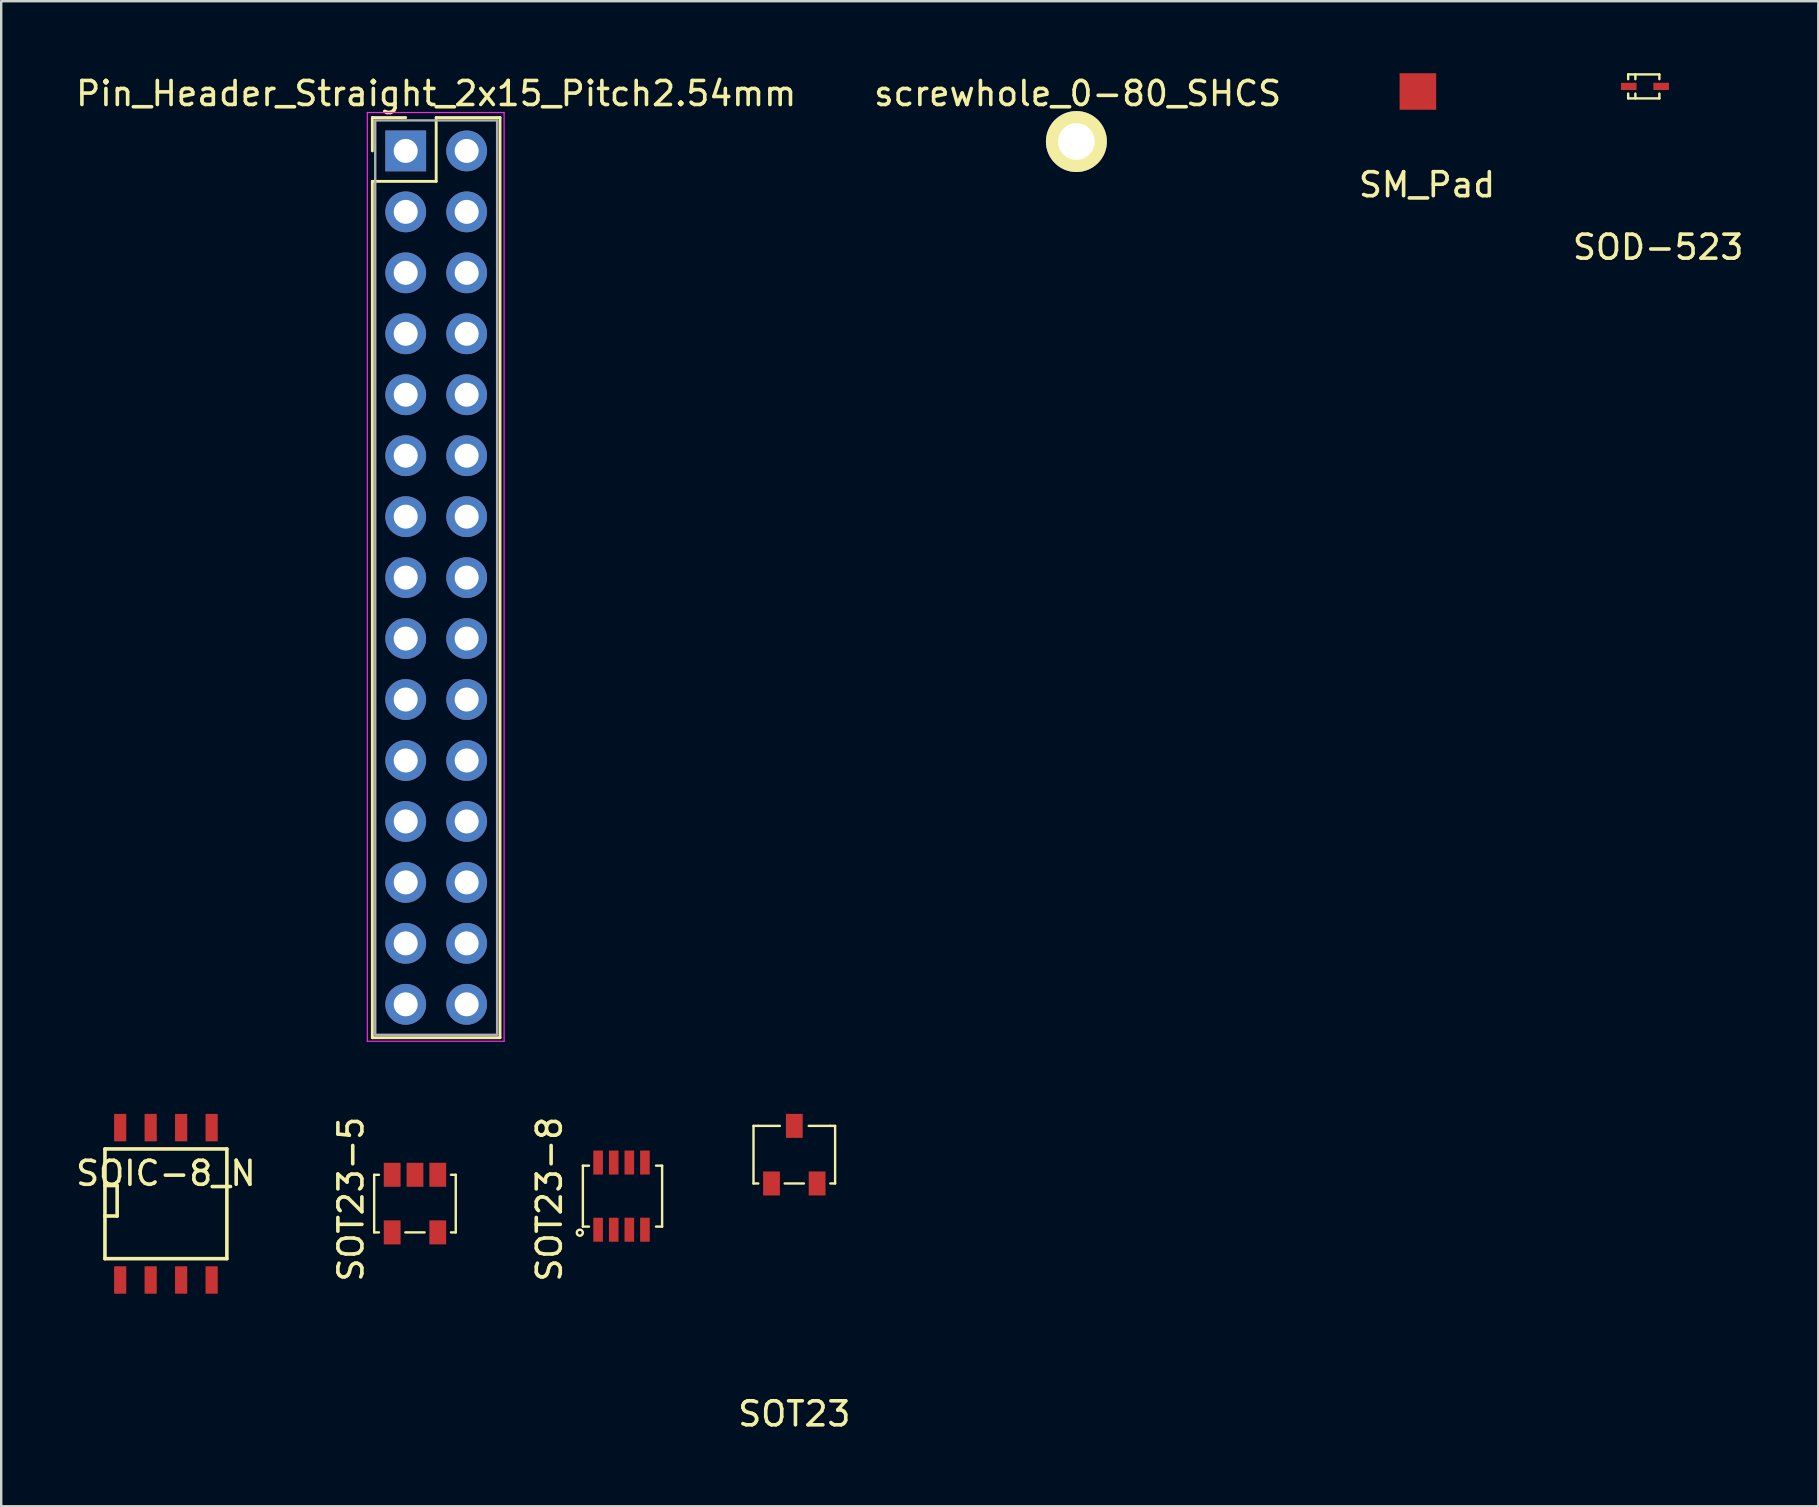
<source format=kicad_pcb>
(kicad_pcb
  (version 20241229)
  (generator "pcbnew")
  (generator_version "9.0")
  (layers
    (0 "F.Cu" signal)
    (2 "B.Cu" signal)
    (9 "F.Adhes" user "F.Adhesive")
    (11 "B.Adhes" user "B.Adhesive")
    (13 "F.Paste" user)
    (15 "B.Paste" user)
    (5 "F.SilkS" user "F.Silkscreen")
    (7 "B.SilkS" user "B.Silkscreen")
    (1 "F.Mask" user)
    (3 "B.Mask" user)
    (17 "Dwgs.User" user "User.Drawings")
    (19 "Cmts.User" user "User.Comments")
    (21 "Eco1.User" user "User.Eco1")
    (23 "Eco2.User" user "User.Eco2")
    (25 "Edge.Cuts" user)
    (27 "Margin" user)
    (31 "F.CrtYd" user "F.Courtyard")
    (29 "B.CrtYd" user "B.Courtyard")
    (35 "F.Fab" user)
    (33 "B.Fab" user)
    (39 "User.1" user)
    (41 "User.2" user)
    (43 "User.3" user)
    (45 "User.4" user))
  (footprint "SOD-523"
    (layer "F.Cu")
    (at 65.492 0.55)
    (property "Reference" "SOD-523" (at 0.55 6.7 0) (layer "F.SilkS") (effects (font (size 1 1) (thickness 0.15))))
    (attr through_hole)
    (fp_line (start -0.7 -0.5) (end 0.6 -0.5) (stroke (width 0.1) (type solid)) (layer "F.SilkS"))
    (fp_line (start -0.7 -0.3) (end -0.7 -0.5) (stroke (width 0.1) (type solid)) (layer "F.SilkS"))
    (fp_line (start -0.7 0.3) (end -0.7 0.5) (stroke (width 0.1) (type solid)) (layer "F.SilkS"))
    (fp_line (start -0.7 0.5) (end 0.6 0.5) (stroke (width 0.1) (type solid)) (layer "F.SilkS"))
    (fp_line (start -0.4 -0.5) (end -0.4 -0.3) (stroke (width 0.1) (type solid)) (layer "F.SilkS"))
    (fp_line (start -0.4 0.5) (end -0.4 0.3) (stroke (width 0.1) (type solid)) (layer "F.SilkS"))
    (fp_line (start 0.6 -0.5) (end 0.6 -0.3) (stroke (width 0.1) (type solid)) (layer "F.SilkS"))
    (fp_line (start 0.6 0.5) (end 0.6 0.3) (stroke (width 0.1) (type solid)) (layer "F.SilkS"))
    (pad "1" smd rect (at -0.675 0) (size 0.65 0.3) (layers "F.Cu" "F.Mask" "F.Paste"))
    (pad "2" smd rect (at 0.675 0) (size 0.65 0.3) (layers "F.Cu" "F.Mask" "F.Paste")))
  (footprint "SOT23-8"
    (layer "F.Cu")
    (at 21.872 46.79)
    (property "Reference" "SOT23-8" (at -2.032 0.127 90) (layer "F.SilkS") (effects (font (size 1 1) (thickness 0.15))))
    (attr through_hole)
    (fp_line (start -0.635 -1.27) (end -0.381 -1.27) (stroke (width 0.1) (type solid)) (layer "F.SilkS"))
    (fp_line (start -0.635 1.27) (end -0.635 -1.27) (stroke (width 0.1) (type solid)) (layer "F.SilkS"))
    (fp_line (start -0.381 1.27) (end -0.635 1.27) (stroke (width 0.1) (type solid)) (layer "F.SilkS"))
    (fp_line (start 2.413 -1.27) (end 2.667 -1.27) (stroke (width 0.1) (type solid)) (layer "F.SilkS"))
    (fp_line (start 2.667 -1.27) (end 2.667 1.27) (stroke (width 0.1) (type solid)) (layer "F.SilkS"))
    (fp_line (start 2.667 1.27) (end 2.413 1.27) (stroke (width 0.1) (type solid)) (layer "F.SilkS"))
    (fp_circle (center -0.762 1.524) (end -0.635 1.524) (stroke (width 0.1) (type solid)) (fill no) (layer "F.SilkS"))
    (pad "1" smd rect (at 0 1.4) (size 0.4 1) (layers "F.Cu" "F.Mask" "F.Paste"))
    (pad "2" smd rect (at 0.65 1.4) (size 0.4 1) (layers "F.Cu" "F.Mask" "F.Paste"))
    (pad "3" smd rect (at 1.3 1.4) (size 0.4 1) (layers "F.Cu" "F.Mask" "F.Paste"))
    (pad "4" smd rect (at 1.95 1.4) (size 0.4 1) (layers "F.Cu" "F.Mask" "F.Paste"))
    (pad "5" smd rect (at 1.95 -1.4) (size 0.4 1) (layers "F.Cu" "F.Mask" "F.Paste"))
    (pad "6" smd rect (at 1.3 -1.4) (size 0.4 1) (layers "F.Cu" "F.Mask" "F.Paste"))
    (pad "7" smd rect (at 0.65 -1.4) (size 0.4 1) (layers "F.Cu" "F.Mask" "F.Paste"))
    (pad "8" smd rect (at 0 -1.4) (size 0.4 1) (layers "F.Cu" "F.Mask" "F.Paste")))
  (footprint "SOT23-5"
    (layer "F.Cu")
    (at 14.241 45.901)
    (property "Reference" "SOT23-5" (at -2.667 1.016 90) (layer "F.SilkS") (effects (font (size 1 1) (thickness 0.15))))
    (attr through_hole)
    (fp_line (start -1.7 0) (end -1.7 2.4) (stroke (width 0.1) (type solid)) (layer "F.SilkS"))
    (fp_line (start -1.7 2.4) (end -1.5 2.4) (stroke (width 0.1) (type solid)) (layer "F.SilkS"))
    (fp_line (start -1.5 0) (end -1.7 0) (stroke (width 0.1) (type solid)) (layer "F.SilkS"))
    (fp_line (start 0.4 2.4) (end -0.4 2.4) (stroke (width 0.1) (type solid)) (layer "F.SilkS"))
    (fp_line (start 1.5 0) (end 1.7 0) (stroke (width 0.1) (type solid)) (layer "F.SilkS"))
    (fp_line (start 1.7 0) (end 1.7 2.4) (stroke (width 0.1) (type solid)) (layer "F.SilkS"))
    (fp_line (start 1.7 2.4) (end 1.5 2.4) (stroke (width 0.1) (type solid)) (layer "F.SilkS"))
    (pad "1" smd rect (at 0.95 0) (size 0.7 1) (layers "F.Cu" "F.Mask" "F.Paste"))
    (pad "2" smd rect (at 0 0) (size 0.7 1) (layers "F.Cu" "F.Mask" "F.Paste"))
    (pad "3" smd rect (at -0.95 0) (size 0.7 1) (layers "F.Cu" "F.Mask" "F.Paste"))
    (pad "4" smd rect (at -0.95 2.4) (size 0.7 1) (layers "F.Cu" "F.Mask" "F.Paste"))
    (pad "5" smd rect (at 0.95 2.4) (size 0.7 1) (layers "F.Cu" "F.Mask" "F.Paste")))
  (footprint "SOT23"
    (layer "F.Cu")
    (at 30.047 43.863)
    (property "Reference" "SOT23" (at 0 12 0) (layer "F.SilkS") (effects (font (size 1 1) (thickness 0.15))))
    (attr through_hole)
    (fp_line (start -1.7 0) (end -1.7 2.4) (stroke (width 0.1) (type solid)) (layer "F.SilkS"))
    (fp_line (start -1.7 2.4) (end -1.5 2.4) (stroke (width 0.1) (type solid)) (layer "F.SilkS"))
    (fp_line (start -1.5 0) (end -1.7 0) (stroke (width 0.1) (type solid)) (layer "F.SilkS"))
    (fp_line (start -1.5 0) (end -0.6 0) (stroke (width 0.1) (type solid)) (layer "F.SilkS"))
    (fp_line (start 0.4 2.4) (end -0.4 2.4) (stroke (width 0.1) (type solid)) (layer "F.SilkS"))
    (fp_line (start 0.6 0) (end 1.5 0) (stroke (width 0.1) (type solid)) (layer "F.SilkS"))
    (fp_line (start 1.5 0) (end 1.7 0) (stroke (width 0.1) (type solid)) (layer "F.SilkS"))
    (fp_line (start 1.7 0) (end 1.7 2.4) (stroke (width 0.1) (type solid)) (layer "F.SilkS"))
    (fp_line (start 1.7 2.4) (end 1.5 2.4) (stroke (width 0.1) (type solid)) (layer "F.SilkS"))
    (pad "1" smd rect (at -0.95 2.4) (size 0.7 1) (layers "F.Cu" "F.Mask" "F.Paste"))
    (pad "2" smd rect (at 0.95 2.4) (size 0.7 1) (layers "F.Cu" "F.Mask" "F.Paste"))
    (pad "3" smd rect (at 0 0) (size 0.7 1) (layers "F.Cu" "F.Mask" "F.Paste")))
  (footprint "SM_Pad"
    (layer "F.Cu")
    (at 56.03 0.762)
    (property "Reference" "SM_Pad" (at 0.381 3.886 0) (layer "F.SilkS") (effects (font (size 1 1) (thickness 0.15))))
    (attr through_hole)
    (pad "1" smd rect (at 0 0) (size 1.524 1.524) (layers "F.Cu" "F.Mask" "F.Paste")))
  (footprint "SOIC-8_N"
    (layer "F.Cu")
    (at 3.863 47.11)
    (property "Reference" "SOIC-8_N" (at 0 -1.27 0) (layer "F.SilkS") (effects (font (size 1 1) (thickness 0.15))))
    (attr smd)
    (fp_line (start -2.54 -2.286) (end 2.54 -2.286) (stroke (width 0.15) (type solid)) (layer "F.SilkS"))
    (fp_line (start -2.54 -0.762) (end -2.032 -0.762) (stroke (width 0.15) (type solid)) (layer "F.SilkS"))
    (fp_line (start -2.54 2.286) (end -2.54 -2.286) (stroke (width 0.15) (type solid)) (layer "F.SilkS"))
    (fp_line (start -2.032 -0.762) (end -2.032 0.508) (stroke (width 0.15) (type solid)) (layer "F.SilkS"))
    (fp_line (start -2.032 0.508) (end -2.54 0.508) (stroke (width 0.15) (type solid)) (layer "F.SilkS"))
    (fp_line (start 2.54 -2.286) (end 2.54 2.286) (stroke (width 0.15) (type solid)) (layer "F.SilkS"))
    (fp_line (start 2.54 2.286) (end -2.54 2.286) (stroke (width 0.15) (type solid)) (layer "F.SilkS"))
    (pad "1" smd rect (at -1.905 3.175) (size 0.508 1.143) (layers "F.Cu" "F.Mask" "F.Paste"))
    (pad "2" smd rect (at -0.635 3.175) (size 0.508 1.143) (layers "F.Cu" "F.Mask" "F.Paste"))
    (pad "3" smd rect (at 0.635 3.175) (size 0.508 1.143) (layers "F.Cu" "F.Mask" "F.Paste"))
    (pad "4" smd rect (at 1.905 3.175) (size 0.508 1.143) (layers "F.Cu" "F.Mask" "F.Paste"))
    (pad "5" smd rect (at 1.905 -3.175) (size 0.508 1.143) (layers "F.Cu" "F.Mask" "F.Paste"))
    (pad "6" smd rect (at 0.635 -3.175) (size 0.508 1.143) (layers "F.Cu" "F.Mask" "F.Paste"))
    (pad "7" smd rect (at -0.635 -3.175) (size 0.508 1.143) (layers "F.Cu" "F.Mask" "F.Paste"))
    (pad "8" smd rect (at -1.905 -3.175) (size 0.508 1.143) (layers "F.Cu" "F.Mask" "F.Paste")))
  (footprint "Pin_Header_Straight_2x15_Pitch2.54mm"
    (layer "F.Cu")
    (at 15.125 21.018)
    (property "Reference" "Pin_Header_Straight_2x15_Pitch2.54mm" (at 0 -20.17 0) (layer "F.SilkS") (effects (font (size 1 1) (thickness 0.15))))
    (attr through_hole)
    (fp_line (start -2.66 -19.17) (end -1.27 -19.17) (stroke (width 0.12) (type solid)) (layer "F.SilkS"))
    (fp_line (start -2.66 -17.78) (end -2.66 -19.17) (stroke (width 0.12) (type solid)) (layer "F.SilkS"))
    (fp_line (start -2.66 -16.51) (end -2.66 19.17) (stroke (width 0.12) (type solid)) (layer "F.SilkS"))
    (fp_line (start -2.66 19.17) (end 2.66 19.17) (stroke (width 0.12) (type solid)) (layer "F.SilkS"))
    (fp_line (start 0 -19.17) (end 0 -16.51) (stroke (width 0.12) (type solid)) (layer "F.SilkS"))
    (fp_line (start 0 -16.51) (end -2.66 -16.51) (stroke (width 0.12) (type solid)) (layer "F.SilkS"))
    (fp_line (start 2.66 -19.17) (end 0 -19.17) (stroke (width 0.12) (type solid)) (layer "F.SilkS"))
    (fp_line (start 2.66 19.17) (end 2.66 -19.17) (stroke (width 0.12) (type solid)) (layer "F.SilkS"))
    (fp_line (start -2.87 -19.38) (end -2.87 19.32) (stroke (width 0.05) (type solid)) (layer "F.CrtYd"))
    (fp_line (start -2.87 19.32) (end 2.83 19.32) (stroke (width 0.05) (type solid)) (layer "F.CrtYd"))
    (fp_line (start 2.83 -19.38) (end -2.87 -19.38) (stroke (width 0.05) (type solid)) (layer "F.CrtYd"))
    (fp_line (start 2.83 19.32) (end 2.83 -19.38) (stroke (width 0.05) (type solid)) (layer "F.CrtYd"))
    (fp_line (start -2.54 -19.05) (end -2.54 19.05) (stroke (width 0.1) (type solid)) (layer "F.Fab"))
    (fp_line (start -2.54 19.05) (end 2.54 19.05) (stroke (width 0.1) (type solid)) (layer "F.Fab"))
    (fp_line (start 2.54 -19.05) (end -2.54 -19.05) (stroke (width 0.1) (type solid)) (layer "F.Fab"))
    (fp_line (start 2.54 19.05) (end 2.54 -19.05) (stroke (width 0.1) (type solid)) (layer "F.Fab"))
    (pad "1" thru_hole rect (at -1.27 -17.78) (size 1.7 1.7) (drill 1) (layers "*.Cu" "*.Mask"))
    (pad "2" thru_hole oval (at 1.27 -17.78) (size 1.7 1.7) (drill 1) (layers "*.Cu" "*.Mask"))
    (pad "3" thru_hole oval (at -1.27 -15.24) (size 1.7 1.7) (drill 1) (layers "*.Cu" "*.Mask"))
    (pad "4" thru_hole oval (at 1.27 -15.24) (size 1.7 1.7) (drill 1) (layers "*.Cu" "*.Mask"))
    (pad "5" thru_hole oval (at -1.27 -12.7) (size 1.7 1.7) (drill 1) (layers "*.Cu" "*.Mask"))
    (pad "6" thru_hole oval (at 1.27 -12.7) (size 1.7 1.7) (drill 1) (layers "*.Cu" "*.Mask"))
    (pad "7" thru_hole oval (at -1.27 -10.16) (size 1.7 1.7) (drill 1) (layers "*.Cu" "*.Mask"))
    (pad "8" thru_hole oval (at 1.27 -10.16) (size 1.7 1.7) (drill 1) (layers "*.Cu" "*.Mask"))
    (pad "9" thru_hole oval (at -1.27 -7.62) (size 1.7 1.7) (drill 1) (layers "*.Cu" "*.Mask"))
    (pad "10" thru_hole oval (at 1.27 -7.62) (size 1.7 1.7) (drill 1) (layers "*.Cu" "*.Mask"))
    (pad "11" thru_hole oval (at -1.27 -5.08) (size 1.7 1.7) (drill 1) (layers "*.Cu" "*.Mask"))
    (pad "12" thru_hole oval (at 1.27 -5.08) (size 1.7 1.7) (drill 1) (layers "*.Cu" "*.Mask"))
    (pad "13" thru_hole oval (at -1.27 -2.54) (size 1.7 1.7) (drill 1) (layers "*.Cu" "*.Mask"))
    (pad "14" thru_hole oval (at 1.27 -2.54) (size 1.7 1.7) (drill 1) (layers "*.Cu" "*.Mask"))
    (pad "15" thru_hole oval (at -1.27 0) (size 1.7 1.7) (drill 1) (layers "*.Cu" "*.Mask"))
    (pad "16" thru_hole oval (at 1.27 0) (size 1.7 1.7) (drill 1) (layers "*.Cu" "*.Mask"))
    (pad "17" thru_hole oval (at -1.27 2.54) (size 1.7 1.7) (drill 1) (layers "*.Cu" "*.Mask"))
    (pad "18" thru_hole oval (at 1.27 2.54) (size 1.7 1.7) (drill 1) (layers "*.Cu" "*.Mask"))
    (pad "19" thru_hole oval (at -1.27 5.08) (size 1.7 1.7) (drill 1) (layers "*.Cu" "*.Mask"))
    (pad "20" thru_hole oval (at 1.27 5.08) (size 1.7 1.7) (drill 1) (layers "*.Cu" "*.Mask"))
    (pad "21" thru_hole oval (at -1.27 7.62) (size 1.7 1.7) (drill 1) (layers "*.Cu" "*.Mask"))
    (pad "22" thru_hole oval (at 1.27 7.62) (size 1.7 1.7) (drill 1) (layers "*.Cu" "*.Mask"))
    (pad "23" thru_hole oval (at -1.27 10.16) (size 1.7 1.7) (drill 1) (layers "*.Cu" "*.Mask"))
    (pad "24" thru_hole oval (at 1.27 10.16) (size 1.7 1.7) (drill 1) (layers "*.Cu" "*.Mask"))
    (pad "25" thru_hole oval (at -1.27 12.7) (size 1.7 1.7) (drill 1) (layers "*.Cu" "*.Mask"))
    (pad "26" thru_hole oval (at 1.27 12.7) (size 1.7 1.7) (drill 1) (layers "*.Cu" "*.Mask"))
    (pad "27" thru_hole oval (at -1.27 15.24) (size 1.7 1.7) (drill 1) (layers "*.Cu" "*.Mask"))
    (pad "28" thru_hole oval (at 1.27 15.24) (size 1.7 1.7) (drill 1) (layers "*.Cu" "*.Mask"))
    (pad "29" thru_hole oval (at -1.27 17.78) (size 1.7 1.7) (drill 1) (layers "*.Cu" "*.Mask"))
    (pad "30" thru_hole oval (at 1.27 17.78) (size 1.7 1.7) (drill 1) (layers "*.Cu" "*.Mask")))
  (footprint "screwhole_0-80_SHCS"
    (layer "F.Cu")
    (at 41.801 2.848)
    (property "Reference" "screwhole_0-80_SHCS" (at 0.05 -2 0) (layer "F.SilkS") (effects (font (size 1 1) (thickness 0.15))))
    (attr through_hole)
    (pad "" thru_hole circle (at 0 0) (size 2.54 2.54) (drill 1.524) (layers "*.Cu" "*.Mask" "F.SilkS")))
  (gr_rect
    (start -3 -3)
    (end 72.714 59.712)
    (stroke (width 0.1) (type default))
    (fill no)
    (layer "Edge.Cuts")))
</source>
